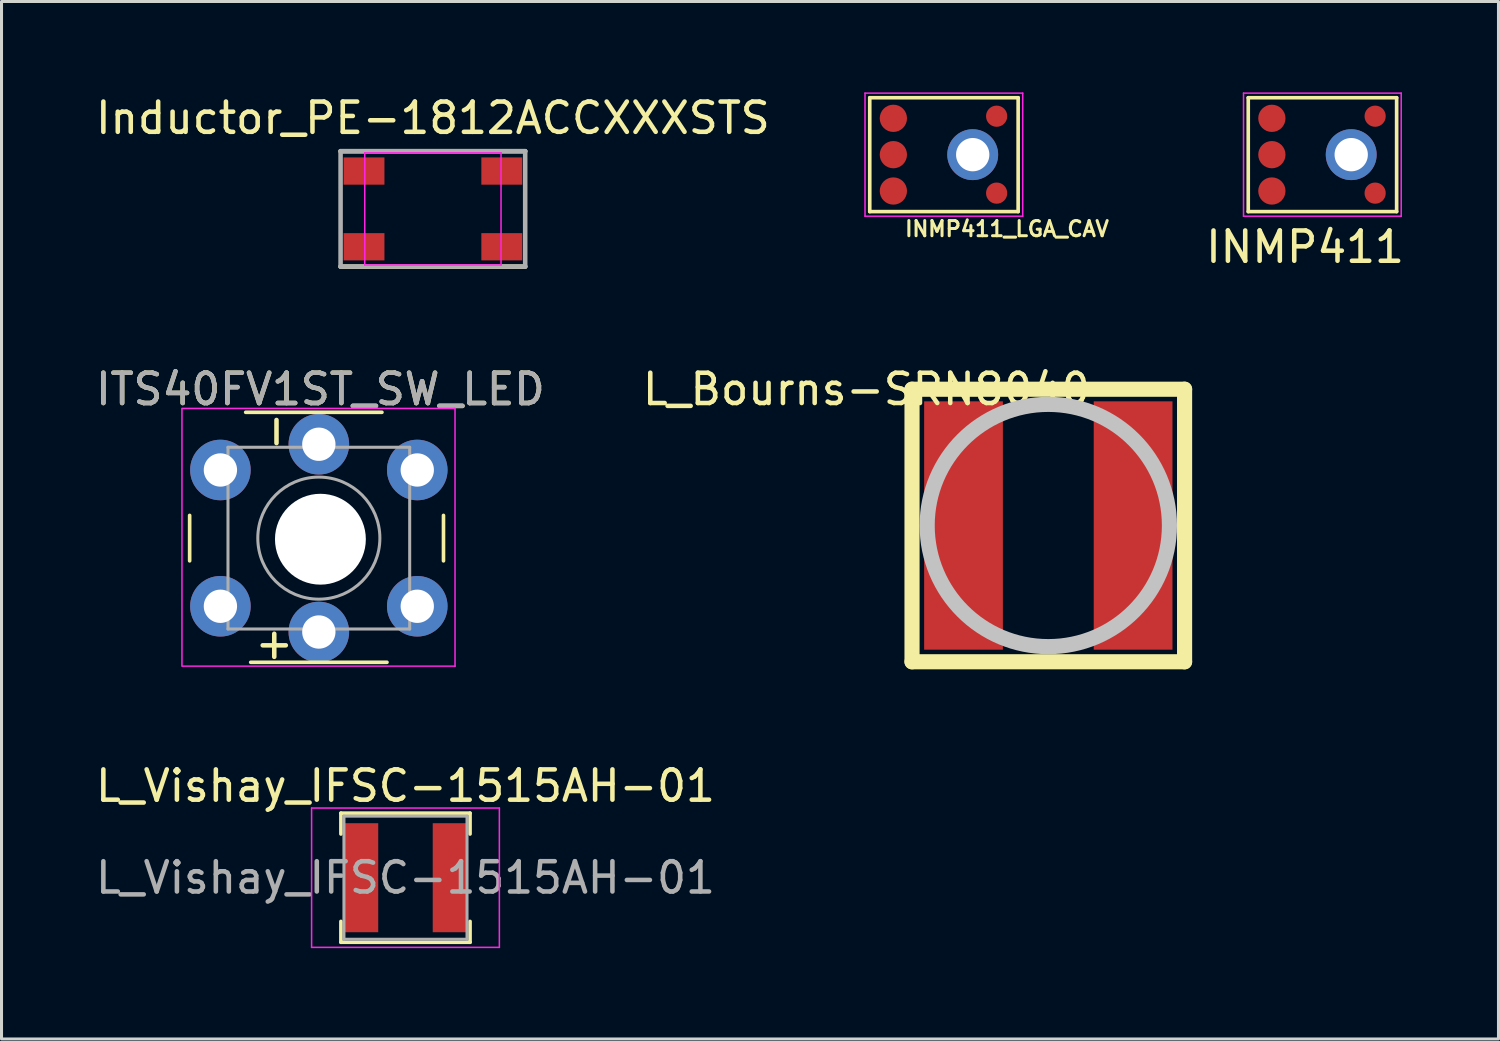
<source format=kicad_pcb>
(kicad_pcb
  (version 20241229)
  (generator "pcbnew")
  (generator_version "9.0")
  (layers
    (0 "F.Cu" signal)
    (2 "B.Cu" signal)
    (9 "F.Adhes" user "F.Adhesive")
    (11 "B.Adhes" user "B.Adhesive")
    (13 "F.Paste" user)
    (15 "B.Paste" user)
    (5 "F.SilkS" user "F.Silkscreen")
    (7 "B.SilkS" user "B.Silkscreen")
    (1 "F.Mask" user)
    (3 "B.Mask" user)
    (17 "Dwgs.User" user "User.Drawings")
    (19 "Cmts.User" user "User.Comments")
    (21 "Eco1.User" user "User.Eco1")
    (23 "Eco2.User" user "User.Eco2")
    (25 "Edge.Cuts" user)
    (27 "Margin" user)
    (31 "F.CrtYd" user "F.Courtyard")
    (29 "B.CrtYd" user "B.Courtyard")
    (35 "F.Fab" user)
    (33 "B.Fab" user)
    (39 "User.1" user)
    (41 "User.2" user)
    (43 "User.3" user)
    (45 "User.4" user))
  (footprint "ITS40FV1ST_SW_LED"
    (layer "F.Cu")
    (at 4.228 12.469)
    (property "Reference" "ITS40FV1ST_SW_LED" (at 3.302 -2.667 0) (layer "F.SilkS") (effects (font (size 1 1) (thickness 0.15))))
    (attr through_hole)
    (fp_line (start -1.016 1.5) (end -1.016 3) (stroke (width 0.12) (type solid)) (layer "F.SilkS"))
    (fp_line (start 1 6.35) (end 5.5 6.35) (stroke (width 0.12) (type solid)) (layer "F.SilkS"))
    (fp_line (start 5.334 -1.905) (end 0.834 -1.905) (stroke (width 0.12) (type solid)) (layer "F.SilkS"))
    (fp_line (start 7.366 3) (end 7.366 1.5) (stroke (width 0.12) (type solid)) (layer "F.SilkS"))
    (fp_line (start -1.27 6.477) (end -1.27 -2.032) (stroke (width 0.05) (type solid)) (layer "F.CrtYd"))
    (fp_line (start -1.253 -2.032) (end 7.747 -2.032) (stroke (width 0.05) (type solid)) (layer "F.CrtYd"))
    (fp_line (start 7.747 -2.032) (end 7.747 6.477) (stroke (width 0.05) (type solid)) (layer "F.CrtYd"))
    (fp_line (start 7.75 6.477) (end -1.25 6.477) (stroke (width 0.05) (type solid)) (layer "F.CrtYd"))
    (fp_line (start 0.25 -0.75) (end 3.25 -0.75) (stroke (width 0.1) (type solid)) (layer "F.Fab"))
    (fp_line (start 0.25 5.25) (end 0.25 -0.75) (stroke (width 0.1) (type solid)) (layer "F.Fab"))
    (fp_line (start 3.25 -0.75) (end 6.25 -0.75) (stroke (width 0.1) (type solid)) (layer "F.Fab"))
    (fp_line (start 6.25 -0.75) (end 6.25 5.25) (stroke (width 0.1) (type solid)) (layer "F.Fab"))
    (fp_line (start 6.25 5.25) (end 0.25 5.25) (stroke (width 0.1) (type solid)) (layer "F.Fab"))
    (fp_circle (center 3.25 2.25) (end 1.25 2.5) (stroke (width 0.1) (type solid)) (fill no) (layer "F.Fab"))
    (fp_text user "-" (at 1.778 -1.27 90) (layer "F.SilkS") (effects (font (size 1 1) (thickness 0.15))))
    (fp_text user "+" (at 1.778 5.715 0) (layer "F.SilkS") (effects (font (size 1 1) (thickness 0.15))))
    (fp_text user "${REFERENCE}" (at 3.302 -2.667 0) (layer "F.Fab") (effects (font (size 1 1) (thickness 0.15))))
    (pad "" np_thru_hole circle (at 3.302 2.286 90) (size 3 3) (drill 3) (layers "*.Cu" "*.Mask"))
    (pad "1" thru_hole circle (at 0 0 90) (size 2 2) (drill 1.1) (layers "*.Cu" "*.Mask"))
    (pad "1" thru_hole circle (at 6.5 0 90) (size 2 2) (drill 1.1) (layers "*.Cu" "*.Mask"))
    (pad "2" thru_hole circle (at 0 4.5 90) (size 2 2) (drill 1.1) (layers "*.Cu" "*.Mask"))
    (pad "2" thru_hole circle (at 6.5 4.5 90) (size 2 2) (drill 1.1) (layers "*.Cu" "*.Mask"))
    (pad "3" thru_hole circle (at 3.25 -0.85 90) (size 2 2) (drill 1.1) (layers "*.Cu" "*.Mask"))
    (pad "4" thru_hole circle (at 3.25 5.35 90) (size 2 2) (drill 1.1) (layers "*.Cu" "*.Mask")))
  (footprint "INMP411_LGA_CAV"
    (layer "F.Cu")
    (at 29.069 2.057)
    (property "Reference" "INMP411_LGA_CAV" (at 1.13 2.45 0) (layer "F.SilkS") (effects (font (size 0.5 0.5) (thickness 0.1))))
    (attr through_hole)
    (fp_line (start -3.4 -1.88) (end -3.4 1.88) (stroke (width 0.12) (type solid)) (layer "F.SilkS"))
    (fp_line (start -3.4 -1.88) (end 1.5 -1.88) (stroke (width 0.12) (type solid)) (layer "F.SilkS"))
    (fp_line (start -3.4 1.88) (end 1.5 1.88) (stroke (width 0.12) (type solid)) (layer "F.SilkS"))
    (fp_line (start 1.5 -1.88) (end 1.5 1.88) (stroke (width 0.12) (type solid)) (layer "F.SilkS"))
    (fp_line (start -3.556 -2.032) (end 1.651 -2.032) (stroke (width 0.05) (type solid)) (layer "F.CrtYd"))
    (fp_line (start -3.556 2.032) (end -3.556 -2.032) (stroke (width 0.05) (type solid)) (layer "F.CrtYd"))
    (fp_line (start -3.556 2.032) (end 1.651 2.032) (stroke (width 0.05) (type solid)) (layer "F.CrtYd"))
    (fp_line (start 1.651 -2.032) (end 1.651 2.032) (stroke (width 0.05) (type solid)) (layer "F.CrtYd"))
    (pad "1" smd circle (at -2.62 1.2) (size 0.9 0.9) (layers "F.Cu" "F.Mask" "F.Paste"))
    (pad "2" smd circle (at 0.79 1.27) (size 0.7 0.7) (layers "F.Cu" "F.Mask" "F.Paste"))
    (pad "3" thru_hole circle (at 0 0) (size 1.68 1.68) (drill 1.1) (layers "*.Cu" "F.Mask" "F.Paste"))
    (pad "4" smd circle (at 0.79 -1.27) (size 0.7 0.7) (layers "F.Cu" "F.Mask" "F.Paste"))
    (pad "5" smd circle (at -2.62 -1.2) (size 0.9 0.9) (layers "F.Cu" "F.Mask" "F.Paste"))
    (pad "6" smd circle (at -2.62 0) (size 0.9 0.9) (layers "F.Cu" "F.Mask" "F.Paste")))
  (footprint "INMP411"
    (layer "F.Cu")
    (at 41.567 2.057)
    (property "Reference" "INMP411" (at -1.524 3.048 0) (layer "F.SilkS") (effects (font (size 1 1) (thickness 0.15))))
    (attr through_hole)
    (fp_line (start -3.4 -1.88) (end -3.4 1.88) (stroke (width 0.12) (type solid)) (layer "F.SilkS"))
    (fp_line (start -3.4 -1.88) (end 1.5 -1.88) (stroke (width 0.12) (type solid)) (layer "F.SilkS"))
    (fp_line (start -3.4 1.88) (end 1.5 1.88) (stroke (width 0.12) (type solid)) (layer "F.SilkS"))
    (fp_line (start 1.5 -1.88) (end 1.5 1.88) (stroke (width 0.12) (type solid)) (layer "F.SilkS"))
    (fp_line (start -3.556 -2.032) (end 1.651 -2.032) (stroke (width 0.05) (type solid)) (layer "F.CrtYd"))
    (fp_line (start -3.556 2.032) (end -3.556 -2.032) (stroke (width 0.05) (type solid)) (layer "F.CrtYd"))
    (fp_line (start -3.556 2.032) (end 1.651 2.032) (stroke (width 0.05) (type solid)) (layer "F.CrtYd"))
    (fp_line (start 1.651 -2.032) (end 1.651 2.032) (stroke (width 0.05) (type solid)) (layer "F.CrtYd"))
    (pad "1" smd circle (at -2.62 -1.2) (size 0.9 0.9) (layers "F.Cu" "F.Mask" "F.Paste"))
    (pad "2" smd circle (at -2.62 0) (size 0.9 0.9) (layers "F.Cu" "F.Mask" "F.Paste"))
    (pad "3" smd circle (at -2.62 1.2) (size 0.9 0.9) (layers "F.Cu" "F.Mask" "F.Paste"))
    (pad "4" smd circle (at 0.79 1.27) (size 0.7 0.7) (layers "F.Cu" "F.Mask" "F.Paste"))
    (pad "5" thru_hole circle (at 0 0) (size 1.68 1.68) (drill 1.1) (layers "*.Cu" "F.Mask" "F.Paste"))
    (pad "6" smd circle (at 0.79 -1.27) (size 0.7 0.7) (layers "F.Cu" "F.Mask" "F.Paste")))
  (footprint "Inductor_PE-1812ACCXXXSTS"
    (layer "F.Cu")
    (at 11.244 3.848)
    (property "Reference" "Inductor_PE-1812ACCXXXSTS" (at 0 -3 0) (layer "F.SilkS") (effects (font (size 1 1) (thickness 0.15))))
    (attr smd)
    (fp_line (start -3.048 -1.905) (end 3.048 -1.905) (stroke (width 0.15) (type solid)) (layer "F.SilkS"))
    (fp_line (start -3.048 1.905) (end 3.048 1.905) (stroke (width 0.15) (type solid)) (layer "F.SilkS"))
    (fp_line (start -2.25 -1.85) (end -2.25 1.85) (stroke (width 0.05) (type solid)) (layer "F.CrtYd"))
    (fp_line (start -2.25 1.85) (end 2.25 1.85) (stroke (width 0.05) (type solid)) (layer "F.CrtYd"))
    (fp_line (start 2.25 -1.85) (end -2.25 -1.85) (stroke (width 0.05) (type solid)) (layer "F.CrtYd"))
    (fp_line (start 2.25 1.85) (end 2.25 -1.85) (stroke (width 0.05) (type solid)) (layer "F.CrtYd"))
    (fp_line (start -3.048 -1.905) (end -3.048 1.905) (stroke (width 0.15) (type solid)) (layer "F.Fab"))
    (fp_line (start -3.048 1.905) (end 3.048 1.905) (stroke (width 0.15) (type solid)) (layer "F.Fab"))
    (fp_line (start 3.048 -1.905) (end -3.048 -1.905) (stroke (width 0.15) (type solid)) (layer "F.Fab"))
    (fp_line (start 3.048 1.905) (end 3.048 -1.905) (stroke (width 0.15) (type solid)) (layer "F.Fab"))
    (pad "1" smd rect (at -2.275 1.25) (size 1.35 0.9) (layers "F.Cu" "F.Mask" "F.Paste"))
    (pad "2" smd rect (at -2.275 -1.25) (size 1.35 0.9) (layers "F.Cu" "F.Mask" "F.Paste"))
    (pad "3" smd rect (at 2.275 -1.25) (size 1.35 0.9) (layers "F.Cu" "F.Mask" "F.Paste"))
    (pad "4" smd rect (at 2.275 1.25) (size 1.35 0.9) (layers "F.Cu" "F.Mask" "F.Paste")))
  (footprint "L_Bourns-SRN8040"
    (layer "F.Cu")
    (at 31.565 14.302)
    (property "Reference" "L_Bourns-SRN8040" (at -6 -4.5 0) (layer "F.SilkS") (effects (font (size 1 1) (thickness 0.15))))
    (attr through_hole)
    (fp_line (start -4.5 -4.5) (end 4.5 -4.5) (stroke (width 0.5) (type solid)) (layer "F.SilkS"))
    (fp_line (start -4.5 4.5) (end -4.5 -4.5) (stroke (width 0.5) (type solid)) (layer "F.SilkS"))
    (fp_line (start 4.5 -4.5) (end 4.5 4.5) (stroke (width 0.5) (type solid)) (layer "F.SilkS"))
    (fp_line (start 4.5 4.5) (end -4.5 4.5) (stroke (width 0.5) (type solid)) (layer "F.SilkS"))
    (fp_circle (center 0 0) (end 4 0) (stroke (width 0.5) (type solid)) (fill no) (layer "Dwgs.User"))
    (pad "1" smd rect (at -2.8 0) (size 2.6 8.2) (layers "F.Cu" "F.Mask" "F.Paste"))
    (pad "2" smd rect (at 2.8 0) (size 2.6 8.2) (layers "F.Cu" "F.Mask" "F.Paste")))
  (footprint "L_Vishay_IFSC-1515AH-01"
    (layer "F.Cu")
    (at 10.339 25.932)
    (property "Reference" "L_Vishay_IFSC-1515AH-01" (at 0 -3.032 0) (layer "F.SilkS") (effects (font (size 1 1) (thickness 0.15))))
    (attr smd)
    (fp_line (start -2.132 -2.132) (end 2.132 -2.132) (stroke (width 0.12) (type solid)) (layer "F.SilkS"))
    (fp_line (start -2.132 -1.443) (end -2.132 -2.132) (stroke (width 0.12) (type solid)) (layer "F.SilkS"))
    (fp_line (start -2.132 1.443) (end -2.132 2.132) (stroke (width 0.12) (type solid)) (layer "F.SilkS"))
    (fp_line (start -2.132 2.132) (end 2.132 2.132) (stroke (width 0.12) (type solid)) (layer "F.SilkS"))
    (fp_line (start 2.132 -2.132) (end 2.132 -1.443) (stroke (width 0.12) (type solid)) (layer "F.SilkS"))
    (fp_line (start 2.132 2.132) (end 2.132 1.443) (stroke (width 0.12) (type solid)) (layer "F.SilkS"))
    (fp_line (start -3.1 -2.3) (end -3.1 2.3) (stroke (width 0.05) (type solid)) (layer "F.CrtYd"))
    (fp_line (start -3.1 2.3) (end 3.1 2.3) (stroke (width 0.05) (type solid)) (layer "F.CrtYd"))
    (fp_line (start 3.1 -2.3) (end -3.1 -2.3) (stroke (width 0.05) (type solid)) (layer "F.CrtYd"))
    (fp_line (start 3.1 2.3) (end 3.1 -2.3) (stroke (width 0.05) (type solid)) (layer "F.CrtYd"))
    (fp_line (start -2.032 -2.032) (end -2.032 2.032) (stroke (width 0.1) (type solid)) (layer "F.Fab"))
    (fp_line (start -2.032 2.032) (end 2.032 2.032) (stroke (width 0.1) (type solid)) (layer "F.Fab"))
    (fp_line (start 2.032 -2.032) (end -2.032 -2.032) (stroke (width 0.1) (type solid)) (layer "F.Fab"))
    (fp_line (start 2.032 2.032) (end 2.032 -2.032) (stroke (width 0.1) (type solid)) (layer "F.Fab"))
    (fp_text user "${REFERENCE}" (at 0 0 0) (layer "F.Fab") (effects (font (size 1 1) (thickness 0.15))))
    (pad "1" smd rect (at -1.475 0) (size 1.15 3.6) (layers "F.Cu" "F.Mask" "F.Paste"))
    (pad "2" smd rect (at 1.475 0) (size 1.15 3.6) (layers "F.Cu" "F.Mask" "F.Paste")))
  (gr_rect
    (start -3 -3)
    (end 46.43 31.257)
    (stroke (width 0.1) (type default))
    (fill no)
    (layer "Edge.Cuts")))
</source>
